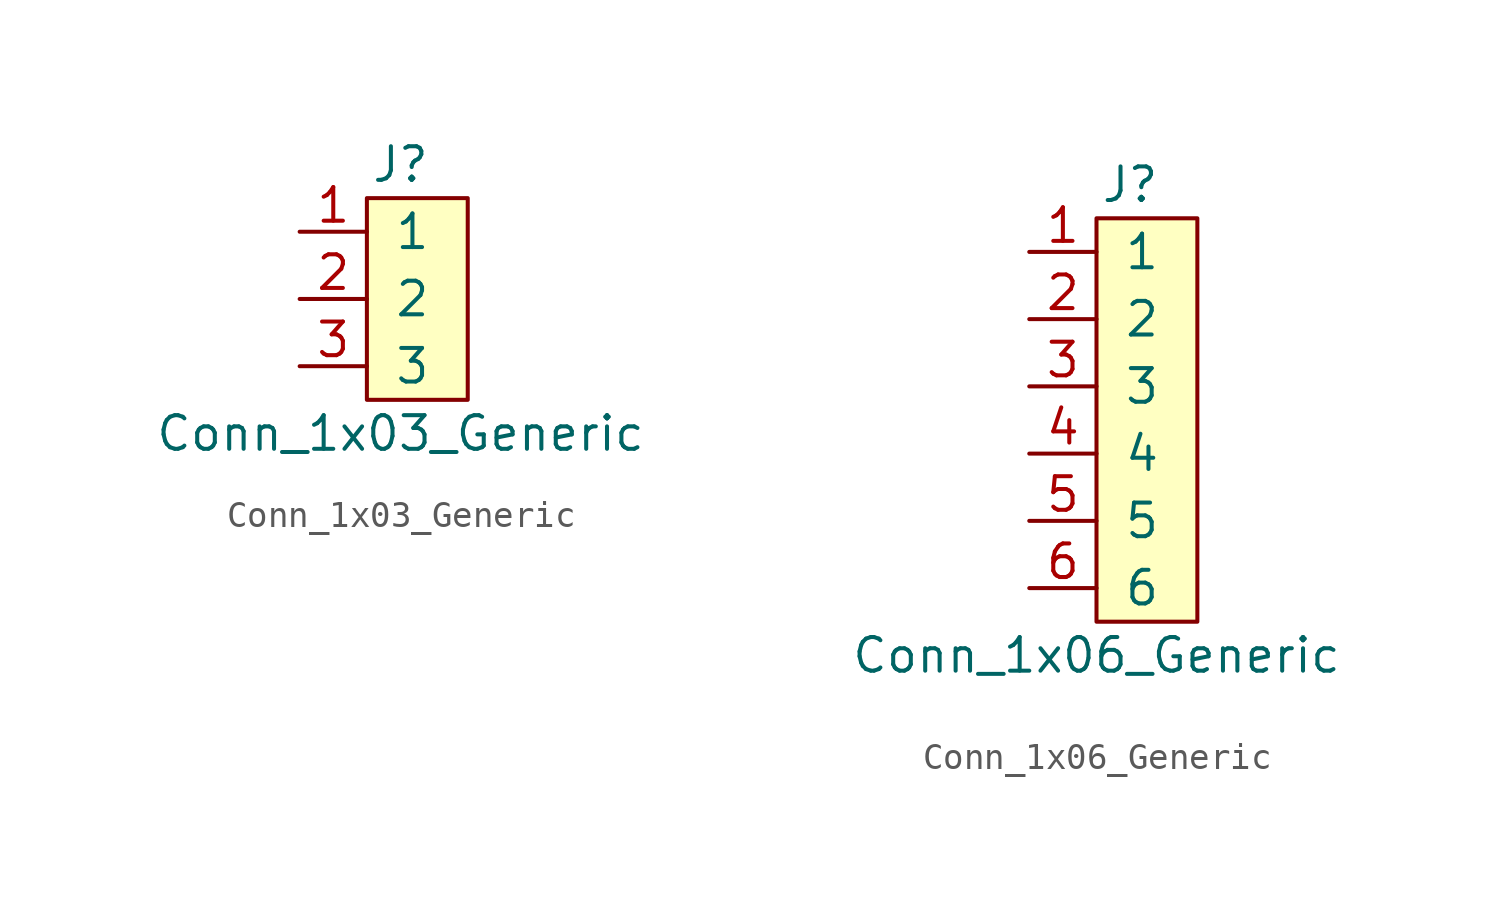
<source format=kicad_sym>
(kicad_symbol_lib
  (version 20220914)
  (generator kicad_symbol_editor)
  (symbol "Conn_1x03_Generic"
    (pin_names
      (offset 1.016))
    (property "Reference" "J"
      (at 0 0 0)
      (effects (font (size 1.27 1.27))))
    (property "Value" "Conn_1x03_Generic"
      (at 0 -10.16 0)
      (effects (font (size 1.27 1.27))))
    (symbol "Conn_1x03_Generic_0_1"
      (rectangle (start -1.27 -1.27) (end 2.54 -8.89) (stroke (width 0) (type solid)) (fill (type background))))
    (symbol "Conn_1x03_Generic_1_1"
      (pin passive line (at -3.81 -2.54 0) (length 2.54) (name "1" (effects (font (size 1.27 1.27)))) (number "1" (effects (font (size 1.27 1.27)))))
      (pin passive line (at -3.81 -5.08 0) (length 2.54) (name "2" (effects (font (size 1.27 1.27)))) (number "2" (effects (font (size 1.27 1.27)))))
      (pin passive line (at -3.81 -7.62 0) (length 2.54) (name "3" (effects (font (size 1.27 1.27)))) (number "3" (effects (font (size 1.27 1.27)))))))
  (symbol "Conn_1x06_Generic"
    (pin_names
      (offset 1.016))
    (property "Reference" "J"
      (at 0 0 0)
      (effects (font (size 1.27 1.27))))
    (property "Value" "Conn_1x06_Generic"
      (at -1.27 -17.78 0)
      (effects (font (size 1.27 1.27))))
    (symbol "Conn_1x06_Generic_0_1"
      (rectangle (start -1.27 -1.27) (end 2.54 -16.51) (stroke (width 0) (type solid)) (fill (type background))))
    (symbol "Conn_1x06_Generic_1_1"
      (pin passive line (at -3.81 -2.54 0) (length 2.54) (name "1" (effects (font (size 1.27 1.27)))) (number "1" (effects (font (size 1.27 1.27)))))
      (pin passive line (at -3.81 -5.08 0) (length 2.54) (name "2" (effects (font (size 1.27 1.27)))) (number "2" (effects (font (size 1.27 1.27)))))
      (pin passive line (at -3.81 -7.62 0) (length 2.54) (name "3" (effects (font (size 1.27 1.27)))) (number "3" (effects (font (size 1.27 1.27)))))
      (pin passive line (at -3.81 -10.16 0) (length 2.54) (name "4" (effects (font (size 1.27 1.27)))) (number "4" (effects (font (size 1.27 1.27)))))
      (pin passive line (at -3.81 -12.7 0) (length 2.54) (name "5" (effects (font (size 1.27 1.27)))) (number "5" (effects (font (size 1.27 1.27)))))
      (pin passive line (at -3.81 -15.24 0) (length 2.54) (name "6" (effects (font (size 1.27 1.27)))) (number "6" (effects (font (size 1.27 1.27))))))))
</source>
